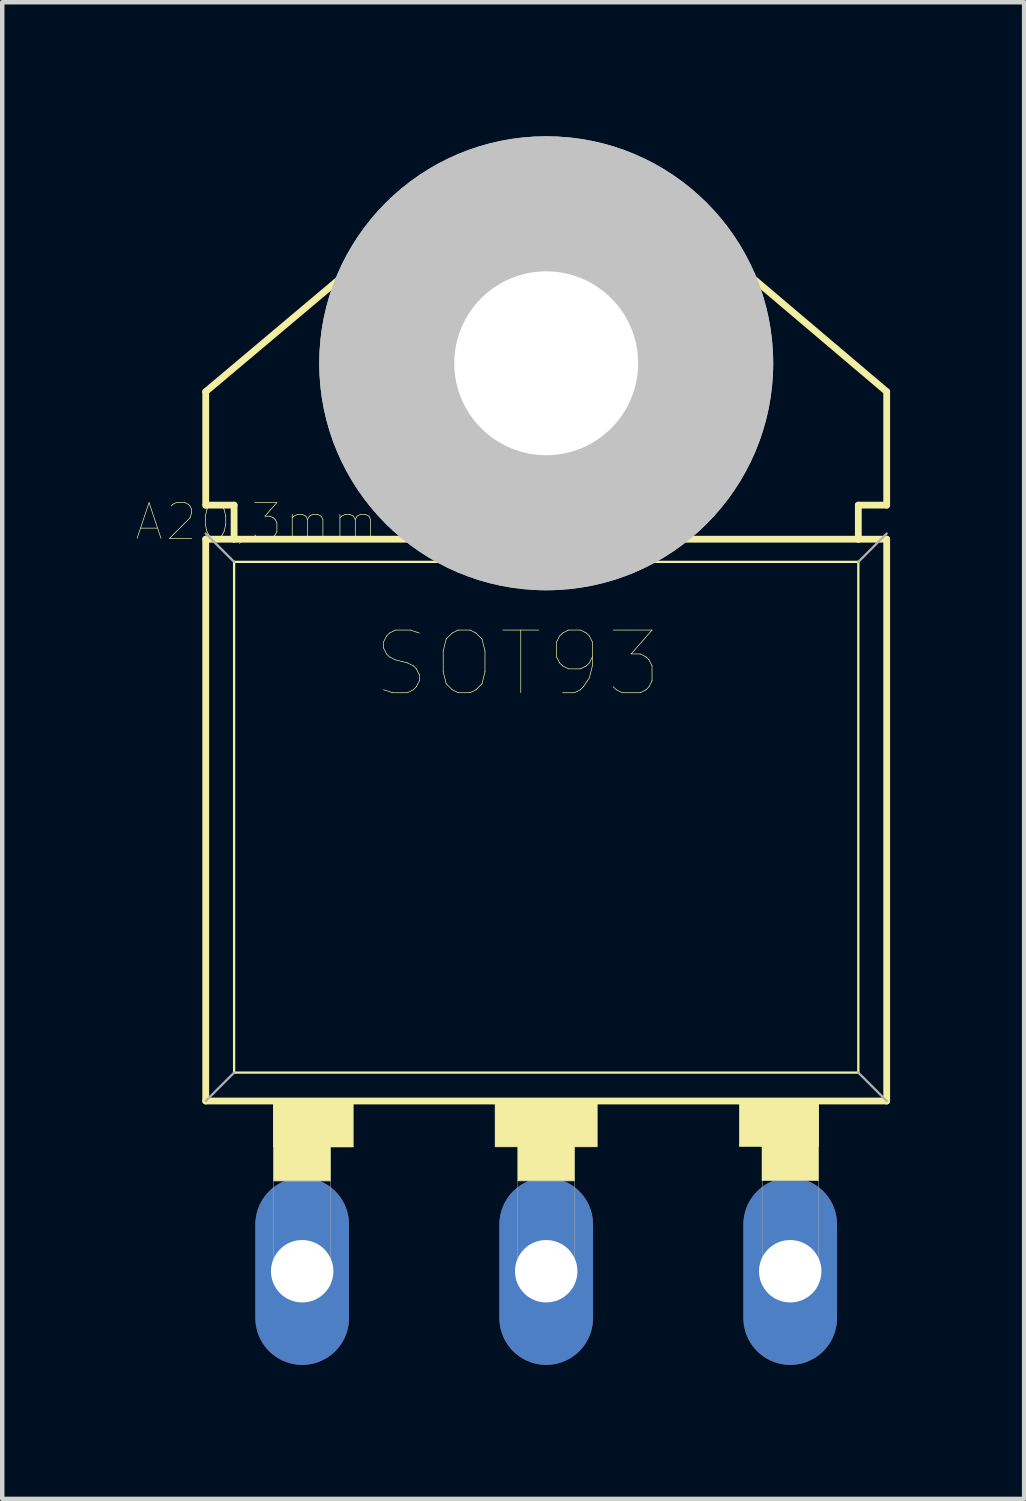
<source format=kicad_pcb>
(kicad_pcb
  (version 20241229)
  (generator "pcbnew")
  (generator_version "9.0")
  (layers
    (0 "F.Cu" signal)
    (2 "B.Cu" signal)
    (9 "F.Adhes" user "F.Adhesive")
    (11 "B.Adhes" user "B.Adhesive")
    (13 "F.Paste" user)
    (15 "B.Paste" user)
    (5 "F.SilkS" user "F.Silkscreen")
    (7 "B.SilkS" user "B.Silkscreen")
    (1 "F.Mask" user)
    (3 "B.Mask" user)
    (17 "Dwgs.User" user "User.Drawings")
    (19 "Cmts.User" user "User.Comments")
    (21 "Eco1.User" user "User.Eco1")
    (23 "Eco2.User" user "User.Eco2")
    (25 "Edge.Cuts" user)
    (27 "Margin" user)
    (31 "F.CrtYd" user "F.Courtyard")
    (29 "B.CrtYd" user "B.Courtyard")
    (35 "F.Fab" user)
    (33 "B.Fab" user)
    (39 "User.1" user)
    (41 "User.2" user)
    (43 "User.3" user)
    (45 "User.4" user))
  (footprint "SOT93"
    (layer "F.Cu")
    (at 9.174 15.24)
    (property "Reference" "SOT93" (at -0.636 -3.435 0) (layer "F.SilkS") (effects (font (size 1.402 1.402) (thickness 0.015))))
    (attr through_hole)
    (fp_line (start -7.62 -9.525) (end -3.124 -13.31) (stroke (width 0.152) (type solid)) (layer "F.SilkS"))
    (fp_line (start -7.62 -6.985) (end -7.62 -9.525) (stroke (width 0.152) (type solid)) (layer "F.SilkS"))
    (fp_line (start -7.62 6.35) (end -7.62 -6.223) (stroke (width 0.152) (type solid)) (layer "F.SilkS"))
    (fp_line (start -7.62 6.35) (end 7.62 6.35) (stroke (width 0.152) (type solid)) (layer "F.SilkS"))
    (fp_line (start -6.985 -6.985) (end -7.62 -6.985) (stroke (width 0.152) (type solid)) (layer "F.SilkS"))
    (fp_line (start -6.985 -6.223) (end -7.62 -6.223) (stroke (width 0.152) (type solid)) (layer "F.SilkS"))
    (fp_line (start -6.985 -6.223) (end -6.985 -6.985) (stroke (width 0.152) (type solid)) (layer "F.SilkS"))
    (fp_line (start -6.985 5.715) (end -6.985 -5.715) (stroke (width 0.051) (type solid)) (layer "F.SilkS"))
    (fp_line (start -6.985 5.715) (end 6.985 5.715) (stroke (width 0.051) (type solid)) (layer "F.SilkS"))
    (fp_line (start 6.985 -6.985) (end 7.62 -6.985) (stroke (width 0.152) (type solid)) (layer "F.SilkS"))
    (fp_line (start 6.985 -6.223) (end -6.985 -6.223) (stroke (width 0.152) (type solid)) (layer "F.SilkS"))
    (fp_line (start 6.985 -6.223) (end 6.985 -6.985) (stroke (width 0.152) (type solid)) (layer "F.SilkS"))
    (fp_line (start 6.985 -5.715) (end -6.985 -5.715) (stroke (width 0.051) (type solid)) (layer "F.SilkS"))
    (fp_line (start 6.985 -5.715) (end 6.985 5.715) (stroke (width 0.051) (type solid)) (layer "F.SilkS"))
    (fp_line (start 7.62 -9.525) (end 3.124 -13.335) (stroke (width 0.152) (type solid)) (layer "F.SilkS"))
    (fp_line (start 7.62 -6.985) (end 7.62 -9.525) (stroke (width 0.152) (type solid)) (layer "F.SilkS"))
    (fp_line (start 7.62 -6.223) (end 6.985 -6.223) (stroke (width 0.152) (type solid)) (layer "F.SilkS"))
    (fp_line (start 7.62 -6.223) (end 7.62 6.35) (stroke (width 0.152) (type solid)) (layer "F.SilkS"))
    (fp_arc (start -3.1431 -13.3031) (mid -1.701032 -14.266651) (end 0 -14.605) (stroke (width 0.1524) (type solid)) (layer "F.SilkS"))
    (fp_arc (start 0 -14.605) (mid 1.701032 -14.266652) (end 3.1431 -13.3031) (stroke (width 0.1524) (type solid)) (layer "F.SilkS"))
    (fp_circle (center 0 -10.16) (end 2.159 -10.16) (stroke (width 0.152) (type solid)) (fill no) (layer "F.SilkS"))
    (fp_poly (pts (xy -6.107 6.35) (xy -4.318 6.35) (xy -4.318 7.38) (xy -6.107 7.38)) (stroke (width 0.01) (type solid)) (fill yes) (layer "F.SilkS"))
    (fp_poly (pts (xy -6.105 6.35) (xy -4.826 6.35) (xy -4.826 8.141) (xy -6.105 8.141)) (stroke (width 0.01) (type solid)) (fill yes) (layer "F.SilkS"))
    (fp_poly (pts (xy -1.145 6.35) (xy 1.143 6.35) (xy 1.143 7.377) (xy -1.145 7.377)) (stroke (width 0.01) (type solid)) (fill yes) (layer "F.SilkS"))
    (fp_poly (pts (xy -0.636 6.35) (xy 0.635 6.35) (xy 0.635 8.14) (xy -0.636 8.14)) (stroke (width 0.01) (type solid)) (fill yes) (layer "F.SilkS"))
    (fp_poly (pts (xy 4.321 6.35) (xy 6.096 6.35) (xy 6.096 7.371) (xy 4.321 7.371)) (stroke (width 0.01) (type solid)) (fill yes) (layer "F.SilkS"))
    (fp_poly (pts (xy 4.829 6.35) (xy 6.096 6.35) (xy 6.096 8.134) (xy 4.829 8.134)) (stroke (width 0.01) (type solid)) (fill yes) (layer "F.SilkS"))
    (fp_circle (center 0 -10.16) (end 5.08 -10.16) (stroke (width 0) (type solid)) (fill yes) (layer "Dwgs.User"))
    (fp_circle (center 0 -10.16) (end 5.08 -10.16) (stroke (width 0) (type solid)) (fill yes) (layer "Dwgs.User"))
    (fp_line (start -6.985 -5.715) (end -7.62 -6.35) (stroke (width 0.051) (type solid)) (layer "F.Fab"))
    (fp_line (start -6.985 5.715) (end -7.62 6.35) (stroke (width 0.051) (type solid)) (layer "F.Fab"))
    (fp_line (start 6.985 -5.715) (end 7.62 -6.35) (stroke (width 0.051) (type solid)) (layer "F.Fab"))
    (fp_line (start 6.985 5.715) (end 7.62 6.35) (stroke (width 0.051) (type solid)) (layer "F.Fab"))
    (fp_poly (pts (xy -6.108 8.128) (xy -4.826 8.128) (xy -4.826 10.307) (xy -6.108 10.307)) (stroke (width 0.01) (type solid)) (fill no) (layer "F.Fab"))
    (fp_poly (pts (xy -0.635 8.128) (xy 0.635 8.128) (xy 0.635 10.289) (xy -0.635 10.289)) (stroke (width 0.01) (type solid)) (fill no) (layer "F.Fab"))
    (fp_poly (pts (xy 4.834 8.128) (xy 6.096 8.128) (xy 6.096 10.305) (xy 4.834 10.305)) (stroke (width 0.01) (type solid)) (fill no) (layer "F.Fab"))
    (fp_text user "A20,3mm" (at -6.485 -6.612 0) (layer "F.SilkS") (effects (font (size 0.801 0.801) (thickness 0.015))))
    (pad "" np_thru_hole circle (at 0 -10.16) (size 4.115 4.115) (drill 4.115) (layers "*.Cu" "*.Mask"))
    (pad "B" thru_hole oval (at -5.461 10.16) (size 2.095 4.191) (drill 1.397) (layers "*.Cu" "*.Mask"))
    (pad "C" thru_hole oval (at 0 10.16) (size 2.095 4.191) (drill 1.397) (layers "*.Cu" "*.Mask"))
    (pad "E" thru_hole oval (at 5.461 10.16) (size 2.095 4.191) (drill 1.397) (layers "*.Cu" "*.Mask")))
  (gr_rect
    (start -3 -3)
    (end 19.87 30.495)
    (stroke (width 0.1) (type default))
    (fill no)
    (layer "Edge.Cuts")))
</source>
